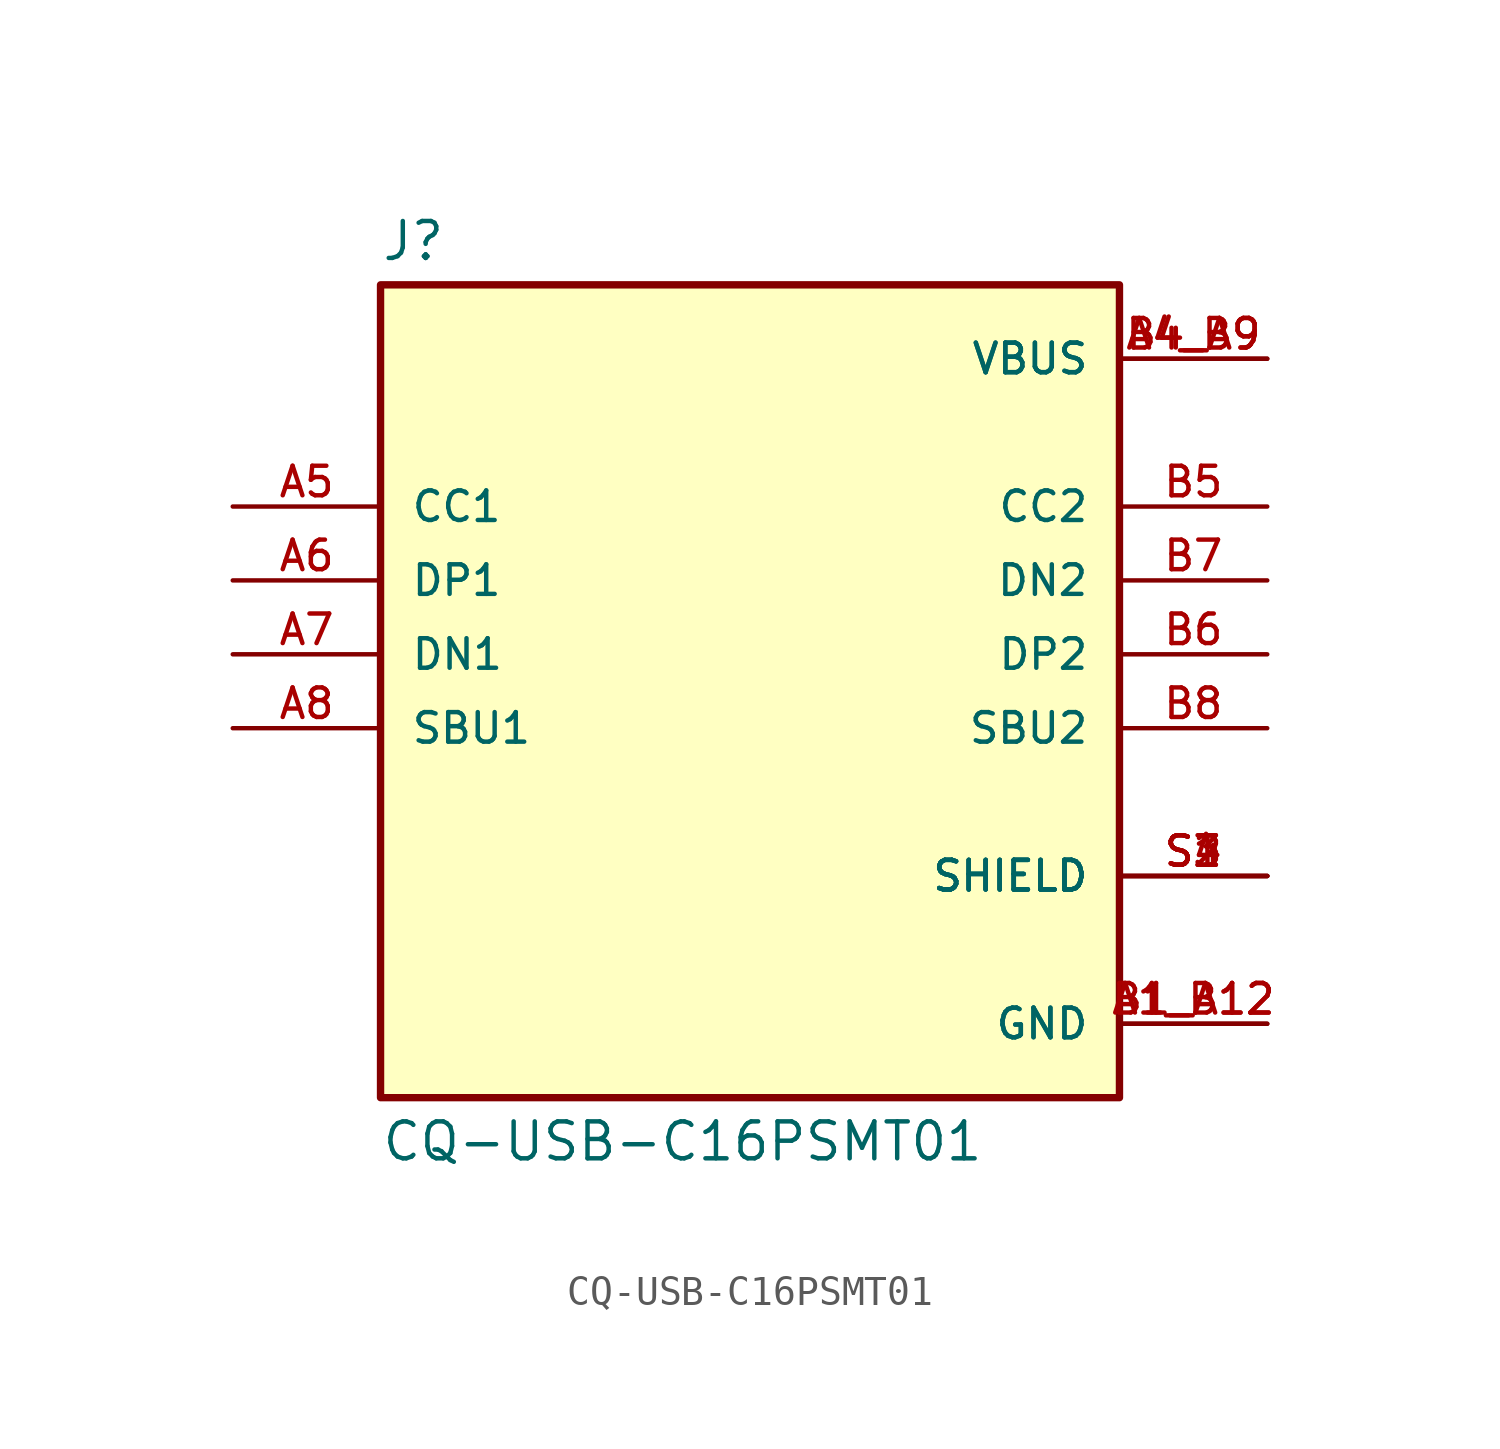
<source format=kicad_sym>
(kicad_symbol_lib
  (version 20211014)
  (generator kicad_symbol_editor)
  (symbol "CQ-USB-C16PSMT01"
    (pin_names
      (offset 1.016))
    (property "Reference" "J"
      (at -12.7 13.462 0)
      (effects (font (size 1.27 1.27)) (justify bottom left)))
    (property "Value" "CQ-USB-C16PSMT01"
      (at -12.7 -16.002 0)
      (effects (font (size 1.27 1.27)) (justify top left)))
    (symbol "CQ-USB-C16PSMT01_0_0"
      (rectangle (start -12.7 -15.24) (end 12.7 12.7) (stroke (width 0.254)) (fill (type background)))
      (pin power_in line (at 17.78 10.16 180.0) (length 5.08) (name "VBUS" (effects (font (size 1.016 1.016)))) (number "A4_B9" (effects (font (size 1.016 1.016)))))
      (pin power_in line (at 17.78 10.16 180.0) (length 5.08) (name "VBUS" (effects (font (size 1.016 1.016)))) (number "B4_A9" (effects (font (size 1.016 1.016)))))
      (pin bidirectional line (at -17.78 5.08 0) (length 5.08) (name "CC1" (effects (font (size 1.016 1.016)))) (number "A5" (effects (font (size 1.016 1.016)))))
      (pin bidirectional line (at -17.78 2.54 0) (length 5.08) (name "DP1" (effects (font (size 1.016 1.016)))) (number "A6" (effects (font (size 1.016 1.016)))))
      (pin bidirectional line (at -17.78 0.0 0) (length 5.08) (name "DN1" (effects (font (size 1.016 1.016)))) (number "A7" (effects (font (size 1.016 1.016)))))
      (pin bidirectional line (at -17.78 -2.54 0) (length 5.08) (name "SBU1" (effects (font (size 1.016 1.016)))) (number "A8" (effects (font (size 1.016 1.016)))))
      (pin bidirectional line (at 17.78 5.08 180.0) (length 5.08) (name "CC2" (effects (font (size 1.016 1.016)))) (number "B5" (effects (font (size 1.016 1.016)))))
      (pin bidirectional line (at 17.78 2.54 180.0) (length 5.08) (name "DN2" (effects (font (size 1.016 1.016)))) (number "B7" (effects (font (size 1.016 1.016)))))
      (pin bidirectional line (at 17.78 0.0 180.0) (length 5.08) (name "DP2" (effects (font (size 1.016 1.016)))) (number "B6" (effects (font (size 1.016 1.016)))))
      (pin bidirectional line (at 17.78 -2.54 180.0) (length 5.08) (name "SBU2" (effects (font (size 1.016 1.016)))) (number "B8" (effects (font (size 1.016 1.016)))))
      (pin power_in line (at 17.78 -12.7 180.0) (length 5.08) (name "GND" (effects (font (size 1.016 1.016)))) (number "A1_B12" (effects (font (size 1.016 1.016)))))
      (pin power_in line (at 17.78 -12.7 180.0) (length 5.08) (name "GND" (effects (font (size 1.016 1.016)))) (number "B1_A12" (effects (font (size 1.016 1.016)))))
      (pin passive line (at 17.78 -7.62 180.0) (length 5.08) (name "SHIELD" (effects (font (size 1.016 1.016)))) (number "S1" (effects (font (size 1.016 1.016)))))
      (pin passive line (at 17.78 -7.62 180.0) (length 5.08) (name "SHIELD" (effects (font (size 1.016 1.016)))) (number "S2" (effects (font (size 1.016 1.016)))))
      (pin passive line (at 17.78 -7.62 180.0) (length 5.08) (name "SHIELD" (effects (font (size 1.016 1.016)))) (number "S3" (effects (font (size 1.016 1.016)))))
      (pin passive line (at 17.78 -7.62 180.0) (length 5.08) (name "SHIELD" (effects (font (size 1.016 1.016)))) (number "S4" (effects (font (size 1.016 1.016))))))))
</source>
